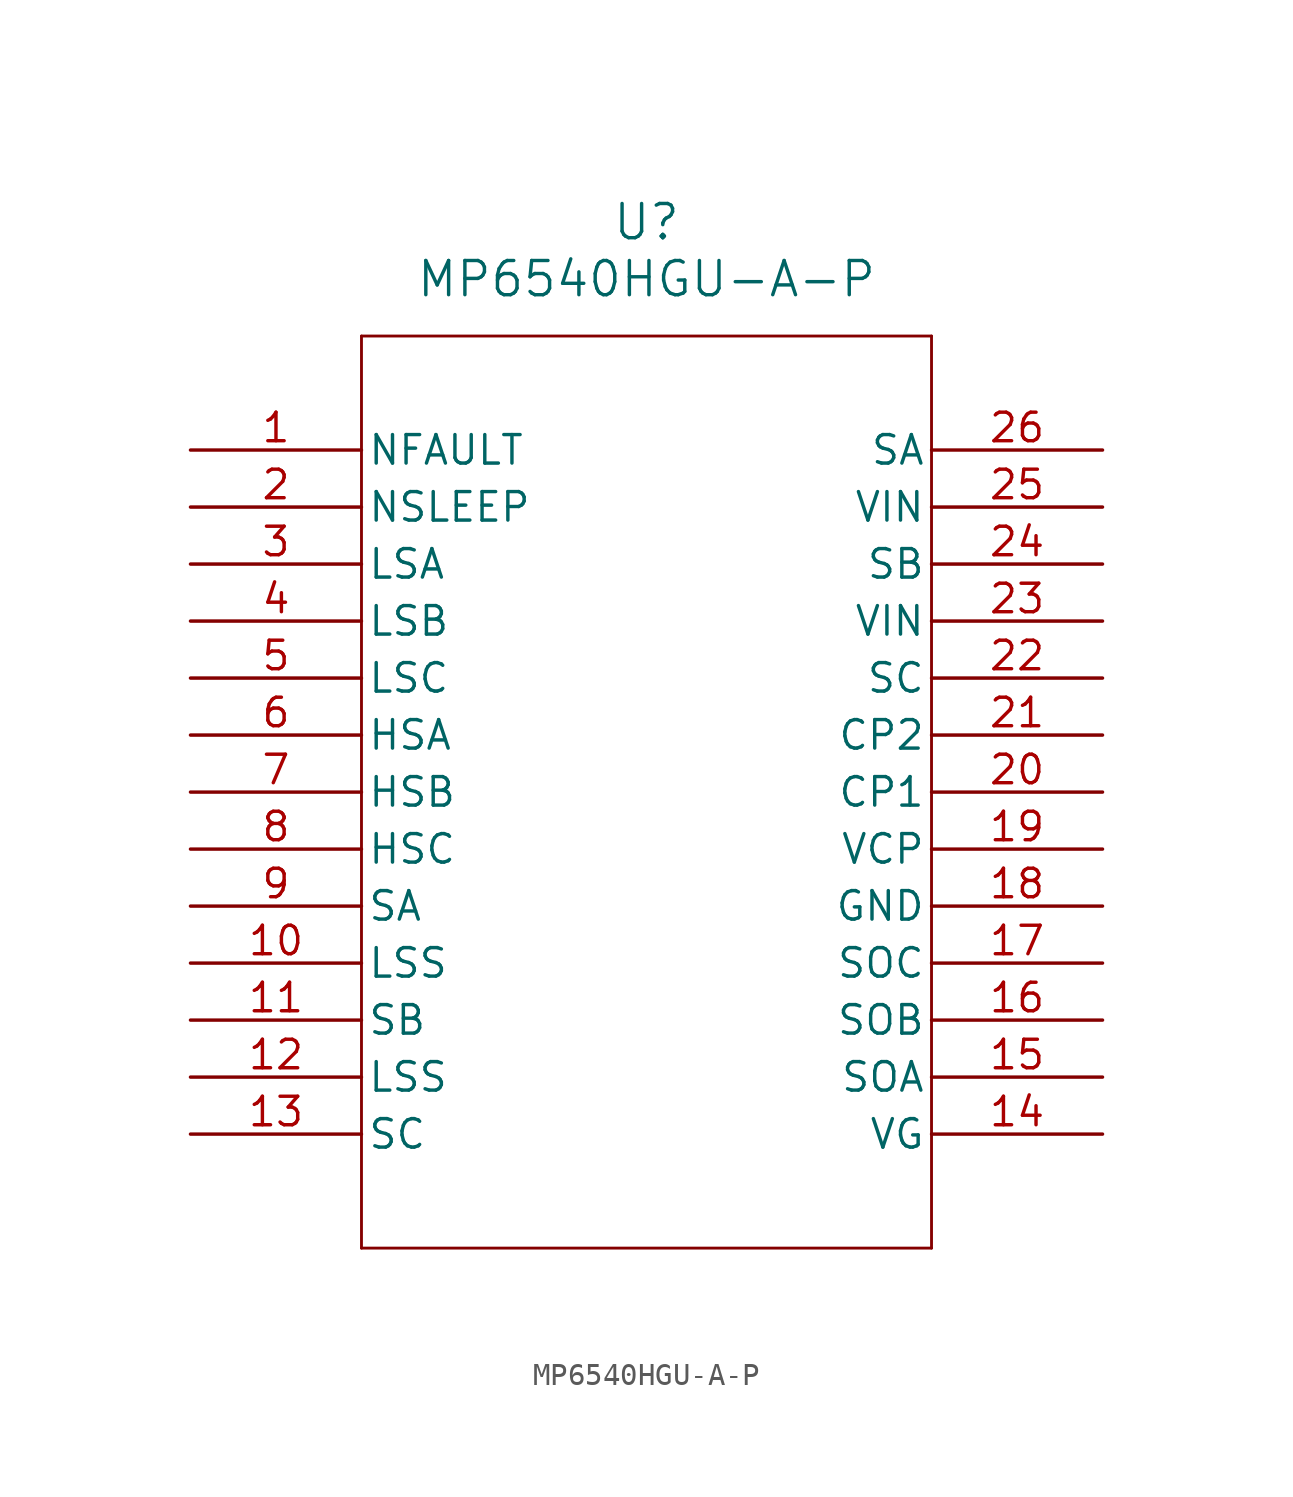
<source format=kicad_sym>
(kicad_symbol_lib
  (version 20211014)
  (generator kicad_symbol_editor)
  (symbol "MP6540HGU-A-P"
    (pin_names
      (offset 0.254))
    (property "Reference" "U"
      (at 20.32 10.16 0)
      (effects (font (size 1.524 1.524))))
    (property "Value" "MP6540HGU-A-P"
      (at 20.32 7.62 0)
      (effects (font (size 1.524 1.524))))
    (symbol "MP6540HGU-A-P_0_1"
      (polyline (pts (xy 7.62 5.08) (xy 7.62 -35.56)) (stroke (width 0.127) (type default) (color 0 0 0 0)) (fill (type none)))
      (polyline (pts (xy 7.62 -35.56) (xy 33.02 -35.56)) (stroke (width 0.127) (type default) (color 0 0 0 0)) (fill (type none)))
      (polyline (pts (xy 33.02 -35.56) (xy 33.02 5.08)) (stroke (width 0.127) (type default) (color 0 0 0 0)) (fill (type none)))
      (polyline (pts (xy 33.02 5.08) (xy 7.62 5.08)) (stroke (width 0.127) (type default) (color 0 0 0 0)) (fill (type none)))
      (pin output line (at 0 0 0) (length 7.62) (name "NFAULT" (effects (font (size 1.27 1.27)))) (number "1" (effects (font (size 1.27 1.27)))))
      (pin input line (at 0 -2.54 0) (length 7.62) (name "NSLEEP" (effects (font (size 1.27 1.27)))) (number "2" (effects (font (size 1.27 1.27)))))
      (pin unspecified line (at 0 -5.08 0) (length 7.62) (name "LSA" (effects (font (size 1.27 1.27)))) (number "3" (effects (font (size 1.27 1.27)))))
      (pin unspecified line (at 0 -7.62 0) (length 7.62) (name "LSB" (effects (font (size 1.27 1.27)))) (number "4" (effects (font (size 1.27 1.27)))))
      (pin unspecified line (at 0 -10.16 0) (length 7.62) (name "LSC" (effects (font (size 1.27 1.27)))) (number "5" (effects (font (size 1.27 1.27)))))
      (pin unspecified line (at 0 -12.7 0) (length 7.62) (name "HSA" (effects (font (size 1.27 1.27)))) (number "6" (effects (font (size 1.27 1.27)))))
      (pin unspecified line (at 0 -15.24 0) (length 7.62) (name "HSB" (effects (font (size 1.27 1.27)))) (number "7" (effects (font (size 1.27 1.27)))))
      (pin unspecified line (at 0 -17.78 0) (length 7.62) (name "HSC" (effects (font (size 1.27 1.27)))) (number "8" (effects (font (size 1.27 1.27)))))
      (pin output line (at 0 -20.32 0) (length 7.62) (name "SA" (effects (font (size 1.27 1.27)))) (number "9" (effects (font (size 1.27 1.27)))))
      (pin unspecified line (at 0 -22.86 0) (length 7.62) (name "LSS" (effects (font (size 1.27 1.27)))) (number "10" (effects (font (size 1.27 1.27)))))
      (pin output line (at 0 -25.4 0) (length 7.62) (name "SB" (effects (font (size 1.27 1.27)))) (number "11" (effects (font (size 1.27 1.27)))))
      (pin unspecified line (at 0 -27.94 0) (length 7.62) (name "LSS" (effects (font (size 1.27 1.27)))) (number "12" (effects (font (size 1.27 1.27)))))
      (pin output line (at 0 -30.48 0) (length 7.62) (name "SC" (effects (font (size 1.27 1.27)))) (number "13" (effects (font (size 1.27 1.27)))))
      (pin power_in line (at 40.64 -30.48 180) (length 7.62) (name "VG" (effects (font (size 1.27 1.27)))) (number "14" (effects (font (size 1.27 1.27)))))
      (pin output line (at 40.64 -27.94 180) (length 7.62) (name "SOA" (effects (font (size 1.27 1.27)))) (number "15" (effects (font (size 1.27 1.27)))))
      (pin output line (at 40.64 -25.4 180) (length 7.62) (name "SOB" (effects (font (size 1.27 1.27)))) (number "16" (effects (font (size 1.27 1.27)))))
      (pin output line (at 40.64 -22.86 180) (length 7.62) (name "SOC" (effects (font (size 1.27 1.27)))) (number "17" (effects (font (size 1.27 1.27)))))
      (pin power_out line (at 40.64 -20.32 180) (length 7.62) (name "GND" (effects (font (size 1.27 1.27)))) (number "18" (effects (font (size 1.27 1.27)))))
      (pin output line (at 40.64 -17.78 180) (length 7.62) (name "VCP" (effects (font (size 1.27 1.27)))) (number "19" (effects (font (size 1.27 1.27)))))
      (pin unspecified line (at 40.64 -15.24 180) (length 7.62) (name "CP1" (effects (font (size 1.27 1.27)))) (number "20" (effects (font (size 1.27 1.27)))))
      (pin unspecified line (at 40.64 -12.7 180) (length 7.62) (name "CP2" (effects (font (size 1.27 1.27)))) (number "21" (effects (font (size 1.27 1.27)))))
      (pin output line (at 40.64 -10.16 180) (length 7.62) (name "SC" (effects (font (size 1.27 1.27)))) (number "22" (effects (font (size 1.27 1.27)))))
      (pin power_in line (at 40.64 -7.62 180) (length 7.62) (name "VIN" (effects (font (size 1.27 1.27)))) (number "23" (effects (font (size 1.27 1.27)))))
      (pin output line (at 40.64 -5.08 180) (length 7.62) (name "SB" (effects (font (size 1.27 1.27)))) (number "24" (effects (font (size 1.27 1.27)))))
      (pin power_in line (at 40.64 -2.54 180) (length 7.62) (name "VIN" (effects (font (size 1.27 1.27)))) (number "25" (effects (font (size 1.27 1.27)))))
      (pin output line (at 40.64 0 180) (length 7.62) (name "SA" (effects (font (size 1.27 1.27)))) (number "26" (effects (font (size 1.27 1.27))))))))
</source>
